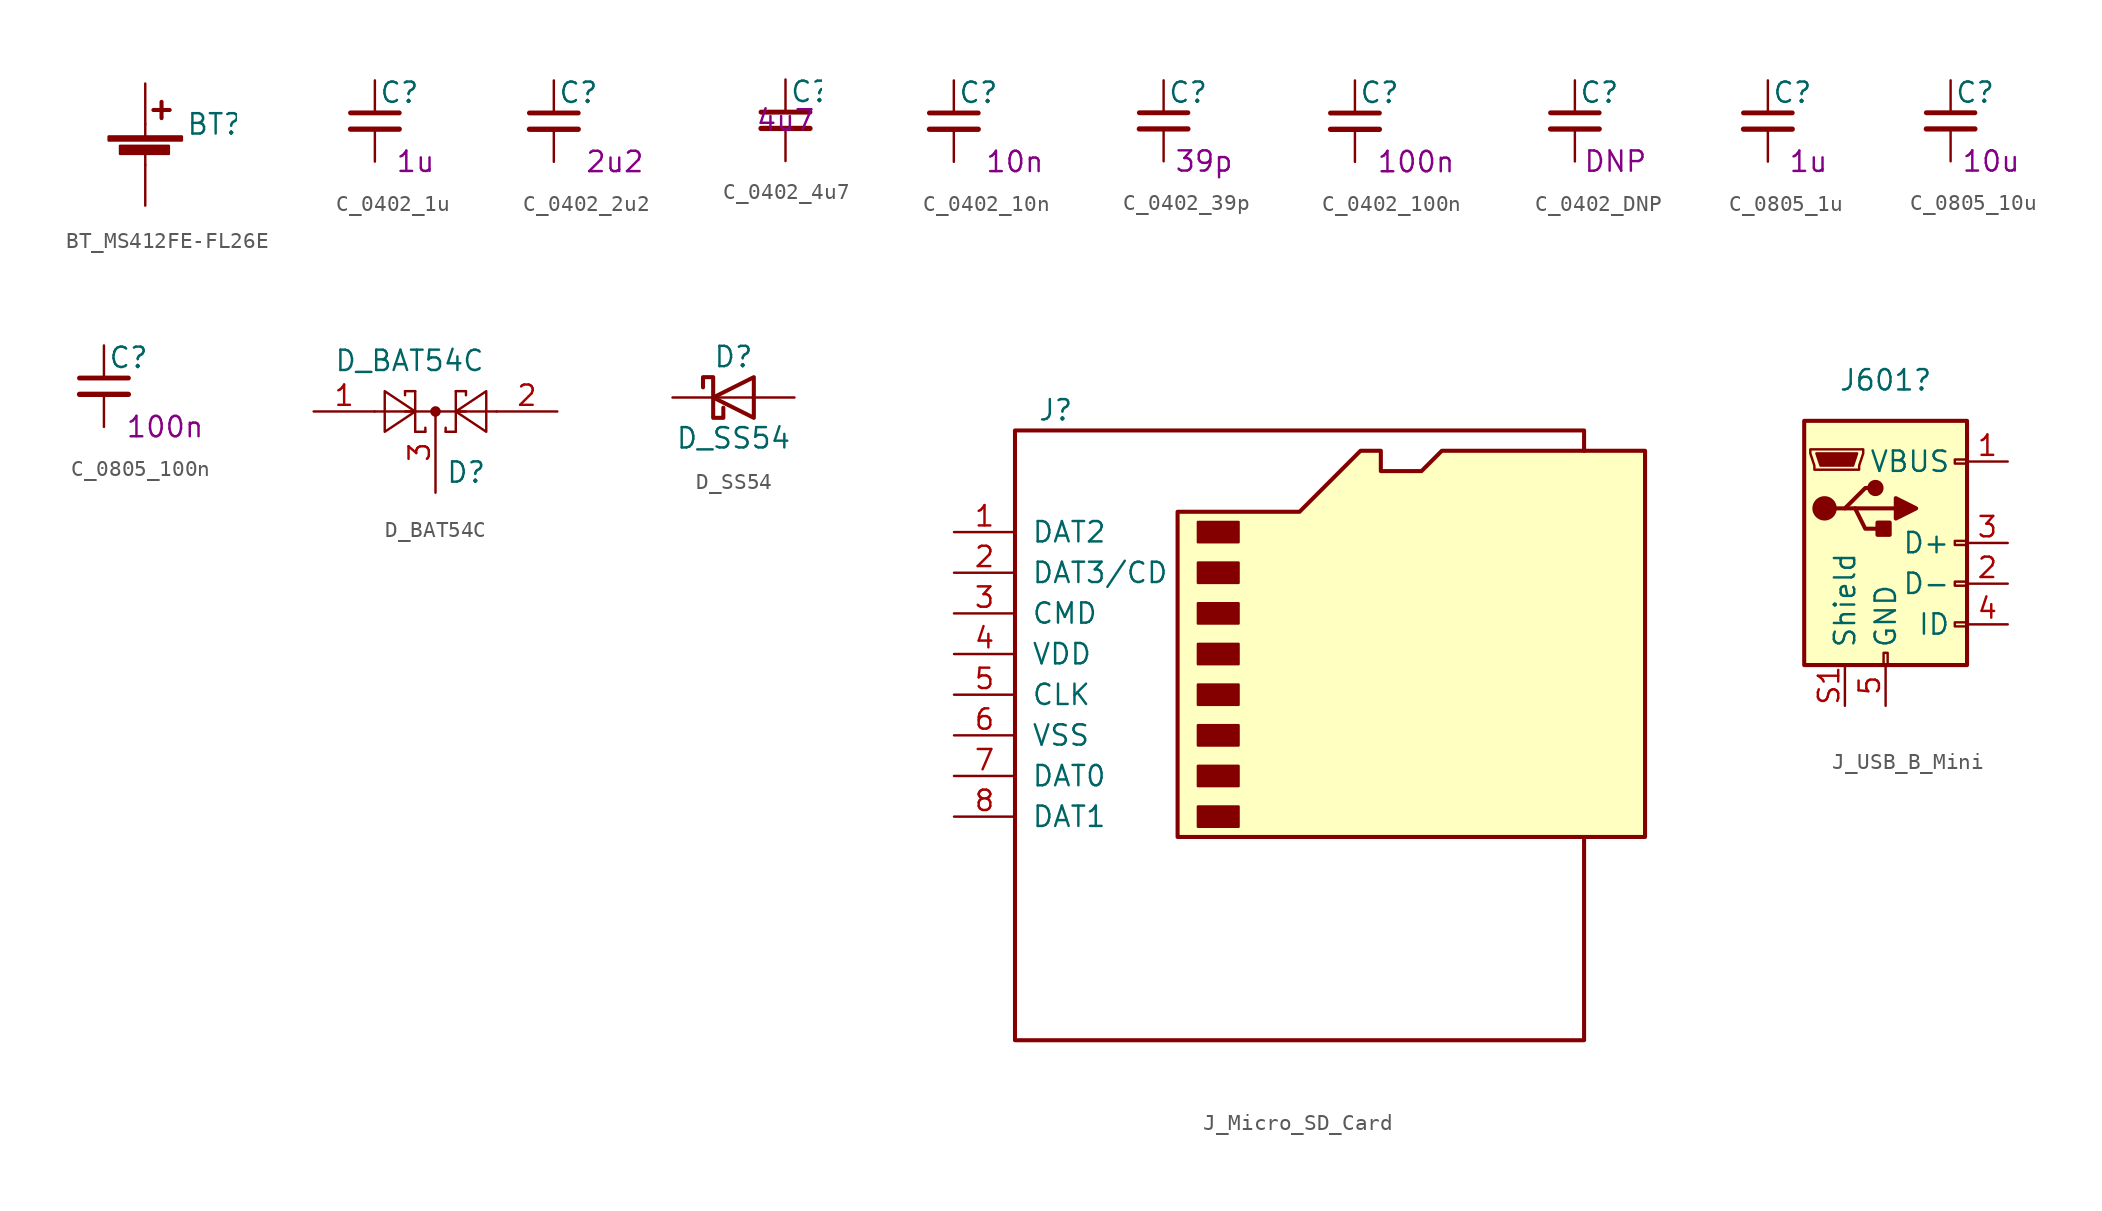
<source format=kicad_sym>
(kicad_symbol_lib
  (version 20211014)
  (generator kicad_symbol_editor)
  (symbol "BT_MS412FE-FL26E"
    (pin_numbers hide)
    (pin_names
      (offset 0) hide)
    (property "Reference" "BT"
      (at 2.54 2.54 0)
      (effects (font (size 1.27 1.27)) (justify left)))
    (symbol "BT_MS412FE-FL26E_0_1"
      (rectangle (start -2.286 1.778) (end 2.286 1.524) (stroke (width 0) (type default) (color 0 0 0 0)) (fill (type outline)))
      (rectangle (start -1.575 1.194) (end 1.473 0.686) (stroke (width 0) (type default) (color 0 0 0 0)) (fill (type outline)))
      (polyline (pts (xy 0 0.762) (xy 0 0)) (stroke (width 0) (type default) (color 0 0 0 0)) (fill (type none)))
      (polyline (pts (xy 0 1.778) (xy 0 2.54)) (stroke (width 0) (type default) (color 0 0 0 0)) (fill (type none)))
      (polyline (pts (xy 0.508 3.429) (xy 1.524 3.429)) (stroke (width 0.254) (type default) (color 0 0 0 0)) (fill (type none)))
      (polyline (pts (xy 1.016 3.937) (xy 1.016 2.921)) (stroke (width 0.254) (type default) (color 0 0 0 0)) (fill (type none))))
    (symbol "BT_MS412FE-FL26E_1_1"
      (pin passive line (at 0 5.08 270) (length 2.54) (name "+" (effects (font (size 1.27 1.27)))) (number "1" (effects (font (size 1.27 1.27)))))
      (pin passive line (at 0 -2.54 90) (length 2.54) (name "-" (effects (font (size 1.27 1.27)))) (number "2" (effects (font (size 1.27 1.27)))))))
  (symbol "C_0402_1u"
    (pin_numbers hide)
    (pin_names
      (offset 0.254) hide)
    (property "Reference" "C"
      (at 0.254 1.778 0)
      (effects (font (size 1.27 1.27)) (justify left)))
    (property "Capacitance" "1u"
      (at 2.54 -2.54 0)
      (effects (font (size 1.27 1.27))))
    (symbol "C_0402_1u_0_1"
      (polyline (pts (xy -1.524 -0.508) (xy 1.524 -0.508)) (stroke (width 0.33) (type default) (color 0 0 0 0)) (fill (type none)))
      (polyline (pts (xy -1.524 0.508) (xy 1.524 0.508)) (stroke (width 0.305) (type default) (color 0 0 0 0)) (fill (type none))))
    (symbol "C_0402_1u_1_1"
      (pin passive line (at 0 2.54 270) (length 2.032) (name "~" (effects (font (size 1.27 1.27)))) (number "1" (effects (font (size 1.27 1.27)))))
      (pin passive line (at 0 -2.54 90) (length 2.032) (name "~" (effects (font (size 1.27 1.27)))) (number "2" (effects (font (size 1.27 1.27)))))))
  (symbol "C_0402_2u2"
    (pin_numbers hide)
    (pin_names
      (offset 0.254) hide)
    (property "Reference" "C"
      (at 0.254 1.778 0)
      (effects (font (size 1.27 1.27)) (justify left)))
    (property "Capacitance" "2u2"
      (at 3.81 -2.54 0)
      (effects (font (size 1.27 1.27))))
    (symbol "C_0402_2u2_0_1"
      (polyline (pts (xy -1.524 -0.508) (xy 1.524 -0.508)) (stroke (width 0.33) (type default) (color 0 0 0 0)) (fill (type none)))
      (polyline (pts (xy -1.524 0.508) (xy 1.524 0.508)) (stroke (width 0.305) (type default) (color 0 0 0 0)) (fill (type none))))
    (symbol "C_0402_2u2_1_1"
      (pin passive line (at 0 2.54 270) (length 2.032) (name "~" (effects (font (size 1.27 1.27)))) (number "1" (effects (font (size 1.27 1.27)))))
      (pin passive line (at 0 -2.54 90) (length 2.032) (name "~" (effects (font (size 1.27 1.27)))) (number "2" (effects (font (size 1.27 1.27)))))))
  (symbol "C_0402_4u7"
    (pin_numbers hide)
    (pin_names
      (offset 0.254) hide)
    (property "Reference" "C"
      (at 0.254 1.778 0)
      (effects (font (size 1.27 1.27)) (justify left)))
    (property "Capicatance" "4u7"
      (at 0 0 0)
      (effects (font (size 1.27 1.27))))
    (symbol "C_0402_4u7_0_1"
      (polyline (pts (xy -1.524 -0.508) (xy 1.524 -0.508)) (stroke (width 0.33) (type default) (color 0 0 0 0)) (fill (type none)))
      (polyline (pts (xy -1.524 0.508) (xy 1.524 0.508)) (stroke (width 0.305) (type default) (color 0 0 0 0)) (fill (type none))))
    (symbol "C_0402_4u7_1_1"
      (pin passive line (at 0 2.54 270) (length 2.032) (name "~" (effects (font (size 1.27 1.27)))) (number "1" (effects (font (size 1.27 1.27)))))
      (pin passive line (at 0 -2.54 90) (length 2.032) (name "~" (effects (font (size 1.27 1.27)))) (number "2" (effects (font (size 1.27 1.27)))))))
  (symbol "C_0402_10n"
    (pin_numbers hide)
    (pin_names
      (offset 0.254) hide)
    (property "Reference" "C"
      (at 0.254 1.778 0)
      (effects (font (size 1.27 1.27)) (justify left)))
    (property "Capicatance" "10n"
      (at 3.81 -2.54 0)
      (effects (font (size 1.27 1.27))))
    (symbol "C_0402_10n_0_1"
      (polyline (pts (xy -1.524 -0.508) (xy 1.524 -0.508)) (stroke (width 0.33) (type default) (color 0 0 0 0)) (fill (type none)))
      (polyline (pts (xy -1.524 0.508) (xy 1.524 0.508)) (stroke (width 0.305) (type default) (color 0 0 0 0)) (fill (type none))))
    (symbol "C_0402_10n_1_1"
      (pin passive line (at 0 2.54 270) (length 2.032) (name "~" (effects (font (size 1.27 1.27)))) (number "1" (effects (font (size 1.27 1.27)))))
      (pin passive line (at 0 -2.54 90) (length 2.032) (name "~" (effects (font (size 1.27 1.27)))) (number "2" (effects (font (size 1.27 1.27)))))))
  (symbol "C_0402_39p"
    (pin_numbers hide)
    (pin_names
      (offset 0.254) hide)
    (property "Reference" "C"
      (at 0.254 1.778 0)
      (effects (font (size 1.27 1.27)) (justify left)))
    (property "Capacitance" "39p"
      (at 2.54 -2.54 0)
      (effects (font (size 1.27 1.27))))
    (symbol "C_0402_39p_0_1"
      (polyline (pts (xy -1.524 -0.508) (xy 1.524 -0.508)) (stroke (width 0.33) (type default) (color 0 0 0 0)) (fill (type none)))
      (polyline (pts (xy -1.524 0.508) (xy 1.524 0.508)) (stroke (width 0.305) (type default) (color 0 0 0 0)) (fill (type none))))
    (symbol "C_0402_39p_1_1"
      (pin passive line (at 0 2.54 270) (length 2.032) (name "~" (effects (font (size 1.27 1.27)))) (number "1" (effects (font (size 1.27 1.27)))))
      (pin passive line (at 0 -2.54 90) (length 2.032) (name "~" (effects (font (size 1.27 1.27)))) (number "2" (effects (font (size 1.27 1.27)))))))
  (symbol "C_0402_100n"
    (pin_numbers hide)
    (pin_names
      (offset 0.254) hide)
    (property "Reference" "C"
      (at 0.254 1.778 0)
      (effects (font (size 1.27 1.27)) (justify left)))
    (property "Capicatance" "100n"
      (at 3.81 -2.54 0)
      (effects (font (size 1.27 1.27))))
    (symbol "C_0402_100n_0_1"
      (polyline (pts (xy -1.524 -0.508) (xy 1.524 -0.508)) (stroke (width 0.33) (type default) (color 0 0 0 0)) (fill (type none)))
      (polyline (pts (xy -1.524 0.508) (xy 1.524 0.508)) (stroke (width 0.305) (type default) (color 0 0 0 0)) (fill (type none))))
    (symbol "C_0402_100n_1_1"
      (pin passive line (at 0 2.54 270) (length 2.032) (name "~" (effects (font (size 1.27 1.27)))) (number "1" (effects (font (size 1.27 1.27)))))
      (pin passive line (at 0 -2.54 90) (length 2.032) (name "~" (effects (font (size 1.27 1.27)))) (number "2" (effects (font (size 1.27 1.27)))))))
  (symbol "C_0402_DNP"
    (pin_numbers hide)
    (pin_names
      (offset 0.254) hide)
    (property "Reference" "C"
      (at 0.254 1.778 0)
      (effects (font (size 1.27 1.27)) (justify left)))
    (property "Capacitance" "DNP"
      (at 2.54 -2.54 0)
      (effects (font (size 1.27 1.27))))
    (symbol "C_0402_DNP_0_1"
      (polyline (pts (xy -1.524 -0.508) (xy 1.524 -0.508)) (stroke (width 0.33) (type default) (color 0 0 0 0)) (fill (type none)))
      (polyline (pts (xy -1.524 0.508) (xy 1.524 0.508)) (stroke (width 0.305) (type default) (color 0 0 0 0)) (fill (type none))))
    (symbol "C_0402_DNP_1_1"
      (pin passive line (at 0 2.54 270) (length 2.032) (name "~" (effects (font (size 1.27 1.27)))) (number "1" (effects (font (size 1.27 1.27)))))
      (pin passive line (at 0 -2.54 90) (length 2.032) (name "~" (effects (font (size 1.27 1.27)))) (number "2" (effects (font (size 1.27 1.27)))))))
  (symbol "C_0805_1u"
    (pin_numbers hide)
    (pin_names
      (offset 0.254) hide)
    (property "Reference" "C"
      (at 0.254 1.778 0)
      (effects (font (size 1.27 1.27)) (justify left)))
    (property "Capicatance" "1u"
      (at 2.54 -2.54 0)
      (effects (font (size 1.27 1.27))))
    (symbol "C_0805_1u_0_1"
      (polyline (pts (xy -1.524 -0.508) (xy 1.524 -0.508)) (stroke (width 0.33) (type default) (color 0 0 0 0)) (fill (type none)))
      (polyline (pts (xy -1.524 0.508) (xy 1.524 0.508)) (stroke (width 0.305) (type default) (color 0 0 0 0)) (fill (type none))))
    (symbol "C_0805_1u_1_1"
      (pin passive line (at 0 2.54 270) (length 2.032) (name "~" (effects (font (size 1.27 1.27)))) (number "1" (effects (font (size 1.27 1.27)))))
      (pin passive line (at 0 -2.54 90) (length 2.032) (name "~" (effects (font (size 1.27 1.27)))) (number "2" (effects (font (size 1.27 1.27)))))))
  (symbol "C_0805_10u"
    (pin_numbers hide)
    (pin_names
      (offset 0.254) hide)
    (property "Reference" "C"
      (at 0.254 1.778 0)
      (effects (font (size 1.27 1.27)) (justify left)))
    (property "Capicatance" "10u"
      (at 2.54 -2.54 0)
      (effects (font (size 1.27 1.27))))
    (symbol "C_0805_10u_0_1"
      (polyline (pts (xy -1.524 -0.508) (xy 1.524 -0.508)) (stroke (width 0.33) (type default) (color 0 0 0 0)) (fill (type none)))
      (polyline (pts (xy -1.524 0.508) (xy 1.524 0.508)) (stroke (width 0.305) (type default) (color 0 0 0 0)) (fill (type none))))
    (symbol "C_0805_10u_1_1"
      (pin passive line (at 0 2.54 270) (length 2.032) (name "~" (effects (font (size 1.27 1.27)))) (number "1" (effects (font (size 1.27 1.27)))))
      (pin passive line (at 0 -2.54 90) (length 2.032) (name "~" (effects (font (size 1.27 1.27)))) (number "2" (effects (font (size 1.27 1.27)))))))
  (symbol "C_0805_100n"
    (pin_numbers hide)
    (pin_names
      (offset 0.254) hide)
    (property "Reference" "C"
      (at 0.254 1.778 0)
      (effects (font (size 1.27 1.27)) (justify left)))
    (property "Capicatance" "100n"
      (at 3.81 -2.54 0)
      (effects (font (size 1.27 1.27))))
    (symbol "C_0805_100n_0_1"
      (polyline (pts (xy -1.524 -0.508) (xy 1.524 -0.508)) (stroke (width 0.33) (type default) (color 0 0 0 0)) (fill (type none)))
      (polyline (pts (xy -1.524 0.508) (xy 1.524 0.508)) (stroke (width 0.305) (type default) (color 0 0 0 0)) (fill (type none))))
    (symbol "C_0805_100n_1_1"
      (pin passive line (at 0 2.54 270) (length 2.032) (name "~" (effects (font (size 1.27 1.27)))) (number "1" (effects (font (size 1.27 1.27)))))
      (pin passive line (at 0 -2.54 90) (length 2.032) (name "~" (effects (font (size 1.27 1.27)))) (number "2" (effects (font (size 1.27 1.27)))))))
  (symbol "D_BAT54C"
    (pin_names
      (offset 1.016))
    (property "Reference" "D"
      (at 0.635 -3.81 0)
      (effects (font (size 1.27 1.27)) (justify left)))
    (property "Value" "D_BAT54C"
      (at -6.35 3.175 0)
      (effects (font (size 1.27 1.27)) (justify left)))
    (symbol "D_BAT54C_0_1"
      (polyline (pts (xy -1.905 0) (xy 1.905 0)) (stroke (width 0) (type default) (color 0 0 0 0)) (fill (type none)))
      (polyline (pts (xy -1.905 1.27) (xy -1.905 1.016)) (stroke (width 0) (type default) (color 0 0 0 0)) (fill (type none)))
      (polyline (pts (xy -1.27 -1.27) (xy -0.635 -1.27)) (stroke (width 0) (type default) (color 0 0 0 0)) (fill (type none)))
      (polyline (pts (xy -1.27 0) (xy -3.81 0)) (stroke (width 0) (type default) (color 0 0 0 0)) (fill (type none)))
      (polyline (pts (xy -1.27 1.27) (xy -1.905 1.27)) (stroke (width 0) (type default) (color 0 0 0 0)) (fill (type none)))
      (polyline (pts (xy -1.27 1.27) (xy -1.27 -1.27)) (stroke (width 0) (type default) (color 0 0 0 0)) (fill (type none)))
      (polyline (pts (xy -0.635 -1.27) (xy -0.635 -1.016)) (stroke (width 0) (type default) (color 0 0 0 0)) (fill (type none)))
      (polyline (pts (xy 0.635 -1.27) (xy 0.635 -1.016)) (stroke (width 0) (type default) (color 0 0 0 0)) (fill (type none)))
      (polyline (pts (xy 1.27 -1.27) (xy 0.635 -1.27)) (stroke (width 0) (type default) (color 0 0 0 0)) (fill (type none)))
      (polyline (pts (xy 1.27 1.27) (xy 1.27 -1.27)) (stroke (width 0) (type default) (color 0 0 0 0)) (fill (type none)))
      (polyline (pts (xy 1.27 1.27) (xy 1.905 1.27)) (stroke (width 0) (type default) (color 0 0 0 0)) (fill (type none)))
      (polyline (pts (xy 1.905 1.27) (xy 1.905 1.016)) (stroke (width 0) (type default) (color 0 0 0 0)) (fill (type none)))
      (polyline (pts (xy 3.81 0) (xy 1.27 0)) (stroke (width 0) (type default) (color 0 0 0 0)) (fill (type none)))
      (polyline (pts (xy -3.175 -1.27) (xy -3.175 1.27) (xy -1.27 0) (xy -3.175 -1.27)) (stroke (width 0) (type default) (color 0 0 0 0)) (fill (type none)))
      (polyline (pts (xy 3.175 -1.27) (xy 3.175 1.27) (xy 1.27 0) (xy 3.175 -1.27)) (stroke (width 0) (type default) (color 0 0 0 0)) (fill (type none)))
      (circle (center 0 0) (radius 0.254) (stroke (width 0) (type default) (color 0 0 0 0)) (fill (type outline))))
    (symbol "D_BAT54C_1_1"
      (pin passive line (at -7.62 0 0) (length 3.81) (name "~" (effects (font (size 1.27 1.27)))) (number "1" (effects (font (size 1.27 1.27)))))
      (pin passive line (at 7.62 0 180) (length 3.81) (name "~" (effects (font (size 1.27 1.27)))) (number "2" (effects (font (size 1.27 1.27)))))
      (pin passive line (at 0 -5.08 90) (length 5.08) (name "~" (effects (font (size 1.27 1.27)))) (number "3" (effects (font (size 1.27 1.27)))))))
  (symbol "D_SS54"
    (pin_numbers hide)
    (pin_names
      (offset 1.016) hide)
    (property "Reference" "D"
      (at 0 2.54 0)
      (effects (font (size 1.27 1.27))))
    (property "Value" "D_SS54"
      (at 0 -2.54 0)
      (effects (font (size 1.27 1.27))))
    (symbol "D_SS54_0_1"
      (polyline (pts (xy 1.27 0) (xy -1.27 0)) (stroke (width 0) (type default) (color 0 0 0 0)) (fill (type none)))
      (polyline (pts (xy 1.27 1.27) (xy 1.27 -1.27) (xy -1.27 0) (xy 1.27 1.27)) (stroke (width 0.254) (type default) (color 0 0 0 0)) (fill (type none)))
      (polyline (pts (xy -1.905 0.635) (xy -1.905 1.27) (xy -1.27 1.27) (xy -1.27 -1.27) (xy -0.635 -1.27) (xy -0.635 -0.635)) (stroke (width 0.254) (type default) (color 0 0 0 0)) (fill (type none))))
    (symbol "D_SS54_1_1"
      (pin passive line (at -3.81 0 0) (length 2.54) (name "K" (effects (font (size 1.27 1.27)))) (number "1" (effects (font (size 1.27 1.27)))))
      (pin passive line (at 3.81 0 180) (length 2.54) (name "A" (effects (font (size 1.27 1.27)))) (number "2" (effects (font (size 1.27 1.27)))))))
  (symbol "J_Micro_SD_Card"
    (pin_names
      (offset 1.016))
    (property "Reference" "J"
      (at -16.51 15.24 0)
      (effects (font (size 1.27 1.27))))
    (symbol "J_Micro_SD_Card_0_1"
      (rectangle (start -7.62 -9.525) (end -5.08 -10.795) (stroke (width 0) (type default) (color 0 0 0 0)) (fill (type outline)))
      (rectangle (start -7.62 -6.985) (end -5.08 -8.255) (stroke (width 0) (type default) (color 0 0 0 0)) (fill (type outline)))
      (rectangle (start -7.62 -4.445) (end -5.08 -5.715) (stroke (width 0) (type default) (color 0 0 0 0)) (fill (type outline)))
      (rectangle (start -7.62 -1.905) (end -5.08 -3.175) (stroke (width 0) (type default) (color 0 0 0 0)) (fill (type outline)))
      (rectangle (start -7.62 0.635) (end -5.08 -0.635) (stroke (width 0) (type default) (color 0 0 0 0)) (fill (type outline)))
      (rectangle (start -7.62 3.175) (end -5.08 1.905) (stroke (width 0) (type default) (color 0 0 0 0)) (fill (type outline)))
      (rectangle (start -7.62 5.715) (end -5.08 4.445) (stroke (width 0) (type default) (color 0 0 0 0)) (fill (type outline)))
      (rectangle (start -7.62 8.255) (end -5.08 6.985) (stroke (width 0) (type default) (color 0 0 0 0)) (fill (type outline)))
      (polyline (pts (xy 16.51 12.7) (xy 16.51 13.97) (xy -19.05 13.97) (xy -19.05 -24.13) (xy 16.51 -24.13) (xy 16.51 -11.43)) (stroke (width 0.254) (type default) (color 0 0 0 0)) (fill (type none)))
      (polyline (pts (xy -8.89 -11.43) (xy -8.89 8.89) (xy -1.27 8.89) (xy 2.54 12.7) (xy 3.81 12.7) (xy 3.81 11.43) (xy 6.35 11.43) (xy 7.62 12.7) (xy 20.32 12.7) (xy 20.32 -11.43) (xy -8.89 -11.43)) (stroke (width 0.254) (type default) (color 0 0 0 0)) (fill (type background))))
    (symbol "J_Micro_SD_Card_1_1"
      (pin bidirectional line (at -22.86 7.62 0) (length 3.81) (name "DAT2" (effects (font (size 1.27 1.27)))) (number "1" (effects (font (size 1.27 1.27)))))
      (pin bidirectional line (at -22.86 5.08 0) (length 3.81) (name "DAT3/CD" (effects (font (size 1.27 1.27)))) (number "2" (effects (font (size 1.27 1.27)))))
      (pin input line (at -22.86 2.54 0) (length 3.81) (name "CMD" (effects (font (size 1.27 1.27)))) (number "3" (effects (font (size 1.27 1.27)))))
      (pin power_in line (at -22.86 0 0) (length 3.81) (name "VDD" (effects (font (size 1.27 1.27)))) (number "4" (effects (font (size 1.27 1.27)))))
      (pin input line (at -22.86 -2.54 0) (length 3.81) (name "CLK" (effects (font (size 1.27 1.27)))) (number "5" (effects (font (size 1.27 1.27)))))
      (pin power_in line (at -22.86 -5.08 0) (length 3.81) (name "VSS" (effects (font (size 1.27 1.27)))) (number "6" (effects (font (size 1.27 1.27)))))
      (pin bidirectional line (at -22.86 -7.62 0) (length 3.81) (name "DAT0" (effects (font (size 1.27 1.27)))) (number "7" (effects (font (size 1.27 1.27)))))
      (pin bidirectional line (at -22.86 -10.16 0) (length 3.81) (name "DAT1" (effects (font (size 1.27 1.27)))) (number "8" (effects (font (size 1.27 1.27)))))
      (pin no_connect line (at 20.32 -22.86 180) (length 3.81) hide (name "SHIELD" (effects (font (size 1.27 1.27)))) (number "MP" (effects (font (size 1.27 1.27)))))
      (pin no_connect line (at 20.32 -20.32 180) (length 3.81) hide (name "SHIELD" (effects (font (size 1.27 1.27)))) (number "MP" (effects (font (size 1.27 1.27)))))
      (pin no_connect line (at 20.32 -17.78 180) (length 3.81) hide (name "SHIELD" (effects (font (size 1.27 1.27)))) (number "MP" (effects (font (size 1.27 1.27)))))
      (pin no_connect line (at 20.32 -15.24 180) (length 3.81) hide (name "SHIELD" (effects (font (size 1.27 1.27)))) (number "MP" (effects (font (size 1.27 1.27)))))))
  (symbol "J_USB_B_Mini"
    (pin_names
      (offset 1.016))
    (property "Reference" "J601"
      (at 0 10.16 0)
      (effects (font (size 1.27 1.27))))
    (symbol "J_USB_B_Mini_0_0"
      (pin passive line (at -2.54 -10.16 90) (length 2.54) hide (name "Shield" (effects (font (size 1.27 1.27)))) (number "S2" (effects (font (size 1.27 1.27)))))
      (pin passive line (at -2.54 -10.16 90) (length 2.54) hide (name "Shield" (effects (font (size 1.27 1.27)))) (number "S3" (effects (font (size 1.27 1.27)))))
      (pin passive line (at -2.54 -10.16 90) (length 2.54) hide (name "Shield" (effects (font (size 1.27 1.27)))) (number "S4" (effects (font (size 1.27 1.27))))))
    (symbol "J_USB_B_Mini_0_1"
      (rectangle (start -5.08 -7.62) (end 5.08 7.62) (stroke (width 0.254) (type default) (color 0 0 0 0)) (fill (type background)))
      (circle (center -3.81 2.159) (radius 0.635) (stroke (width 0.254) (type default) (color 0 0 0 0)) (fill (type outline)))
      (circle (center -0.635 3.429) (radius 0.381) (stroke (width 0.254) (type default) (color 0 0 0 0)) (fill (type outline)))
      (rectangle (start -0.127 -7.62) (end 0.127 -6.858) (stroke (width 0) (type default) (color 0 0 0 0)) (fill (type none)))
      (polyline (pts (xy -1.905 2.159) (xy 0.635 2.159)) (stroke (width 0.254) (type default) (color 0 0 0 0)) (fill (type none)))
      (polyline (pts (xy -3.175 2.159) (xy -2.54 2.159) (xy -1.27 3.429) (xy -0.635 3.429)) (stroke (width 0.254) (type default) (color 0 0 0 0)) (fill (type none)))
      (polyline (pts (xy -2.54 2.159) (xy -1.905 2.159) (xy -1.27 0.889) (xy 0 0.889)) (stroke (width 0.254) (type default) (color 0 0 0 0)) (fill (type none)))
      (polyline (pts (xy 0.635 2.794) (xy 0.635 1.524) (xy 1.905 2.159) (xy 0.635 2.794)) (stroke (width 0.254) (type default) (color 0 0 0 0)) (fill (type outline)))
      (polyline (pts (xy -4.318 5.588) (xy -1.778 5.588) (xy -2.032 4.826) (xy -4.064 4.826) (xy -4.318 5.588)) (stroke (width 0) (type default) (color 0 0 0 0)) (fill (type outline)))
      (polyline (pts (xy -4.699 5.842) (xy -4.699 5.588) (xy -4.445 4.826) (xy -4.445 4.572) (xy -1.651 4.572) (xy -1.651 4.826) (xy -1.397 5.588) (xy -1.397 5.842) (xy -4.699 5.842)) (stroke (width 0) (type default) (color 0 0 0 0)) (fill (type none)))
      (rectangle (start 0.254 1.27) (end -0.508 0.508) (stroke (width 0.254) (type default) (color 0 0 0 0)) (fill (type outline)))
      (rectangle (start 5.08 -5.207) (end 4.318 -4.953) (stroke (width 0) (type default) (color 0 0 0 0)) (fill (type none)))
      (rectangle (start 5.08 -2.667) (end 4.318 -2.413) (stroke (width 0) (type default) (color 0 0 0 0)) (fill (type none)))
      (rectangle (start 5.08 -0.127) (end 4.318 0.127) (stroke (width 0) (type default) (color 0 0 0 0)) (fill (type none)))
      (rectangle (start 5.08 4.953) (end 4.318 5.207) (stroke (width 0) (type default) (color 0 0 0 0)) (fill (type none))))
    (symbol "J_USB_B_Mini_1_1"
      (pin power_out line (at 7.62 5.08 180) (length 2.54) (name "VBUS" (effects (font (size 1.27 1.27)))) (number "1" (effects (font (size 1.27 1.27)))))
      (pin bidirectional line (at 7.62 -2.54 180) (length 2.54) (name "D-" (effects (font (size 1.27 1.27)))) (number "2" (effects (font (size 1.27 1.27)))))
      (pin bidirectional line (at 7.62 0 180) (length 2.54) (name "D+" (effects (font (size 1.27 1.27)))) (number "3" (effects (font (size 1.27 1.27)))))
      (pin passive line (at 7.62 -5.08 180) (length 2.54) (name "ID" (effects (font (size 1.27 1.27)))) (number "4" (effects (font (size 1.27 1.27)))))
      (pin power_out line (at 0 -10.16 90) (length 2.54) (name "GND" (effects (font (size 1.27 1.27)))) (number "5" (effects (font (size 1.27 1.27)))))
      (pin passive line (at -2.54 -10.16 90) (length 2.54) (name "Shield" (effects (font (size 1.27 1.27)))) (number "S1" (effects (font (size 1.27 1.27))))))))
</source>
